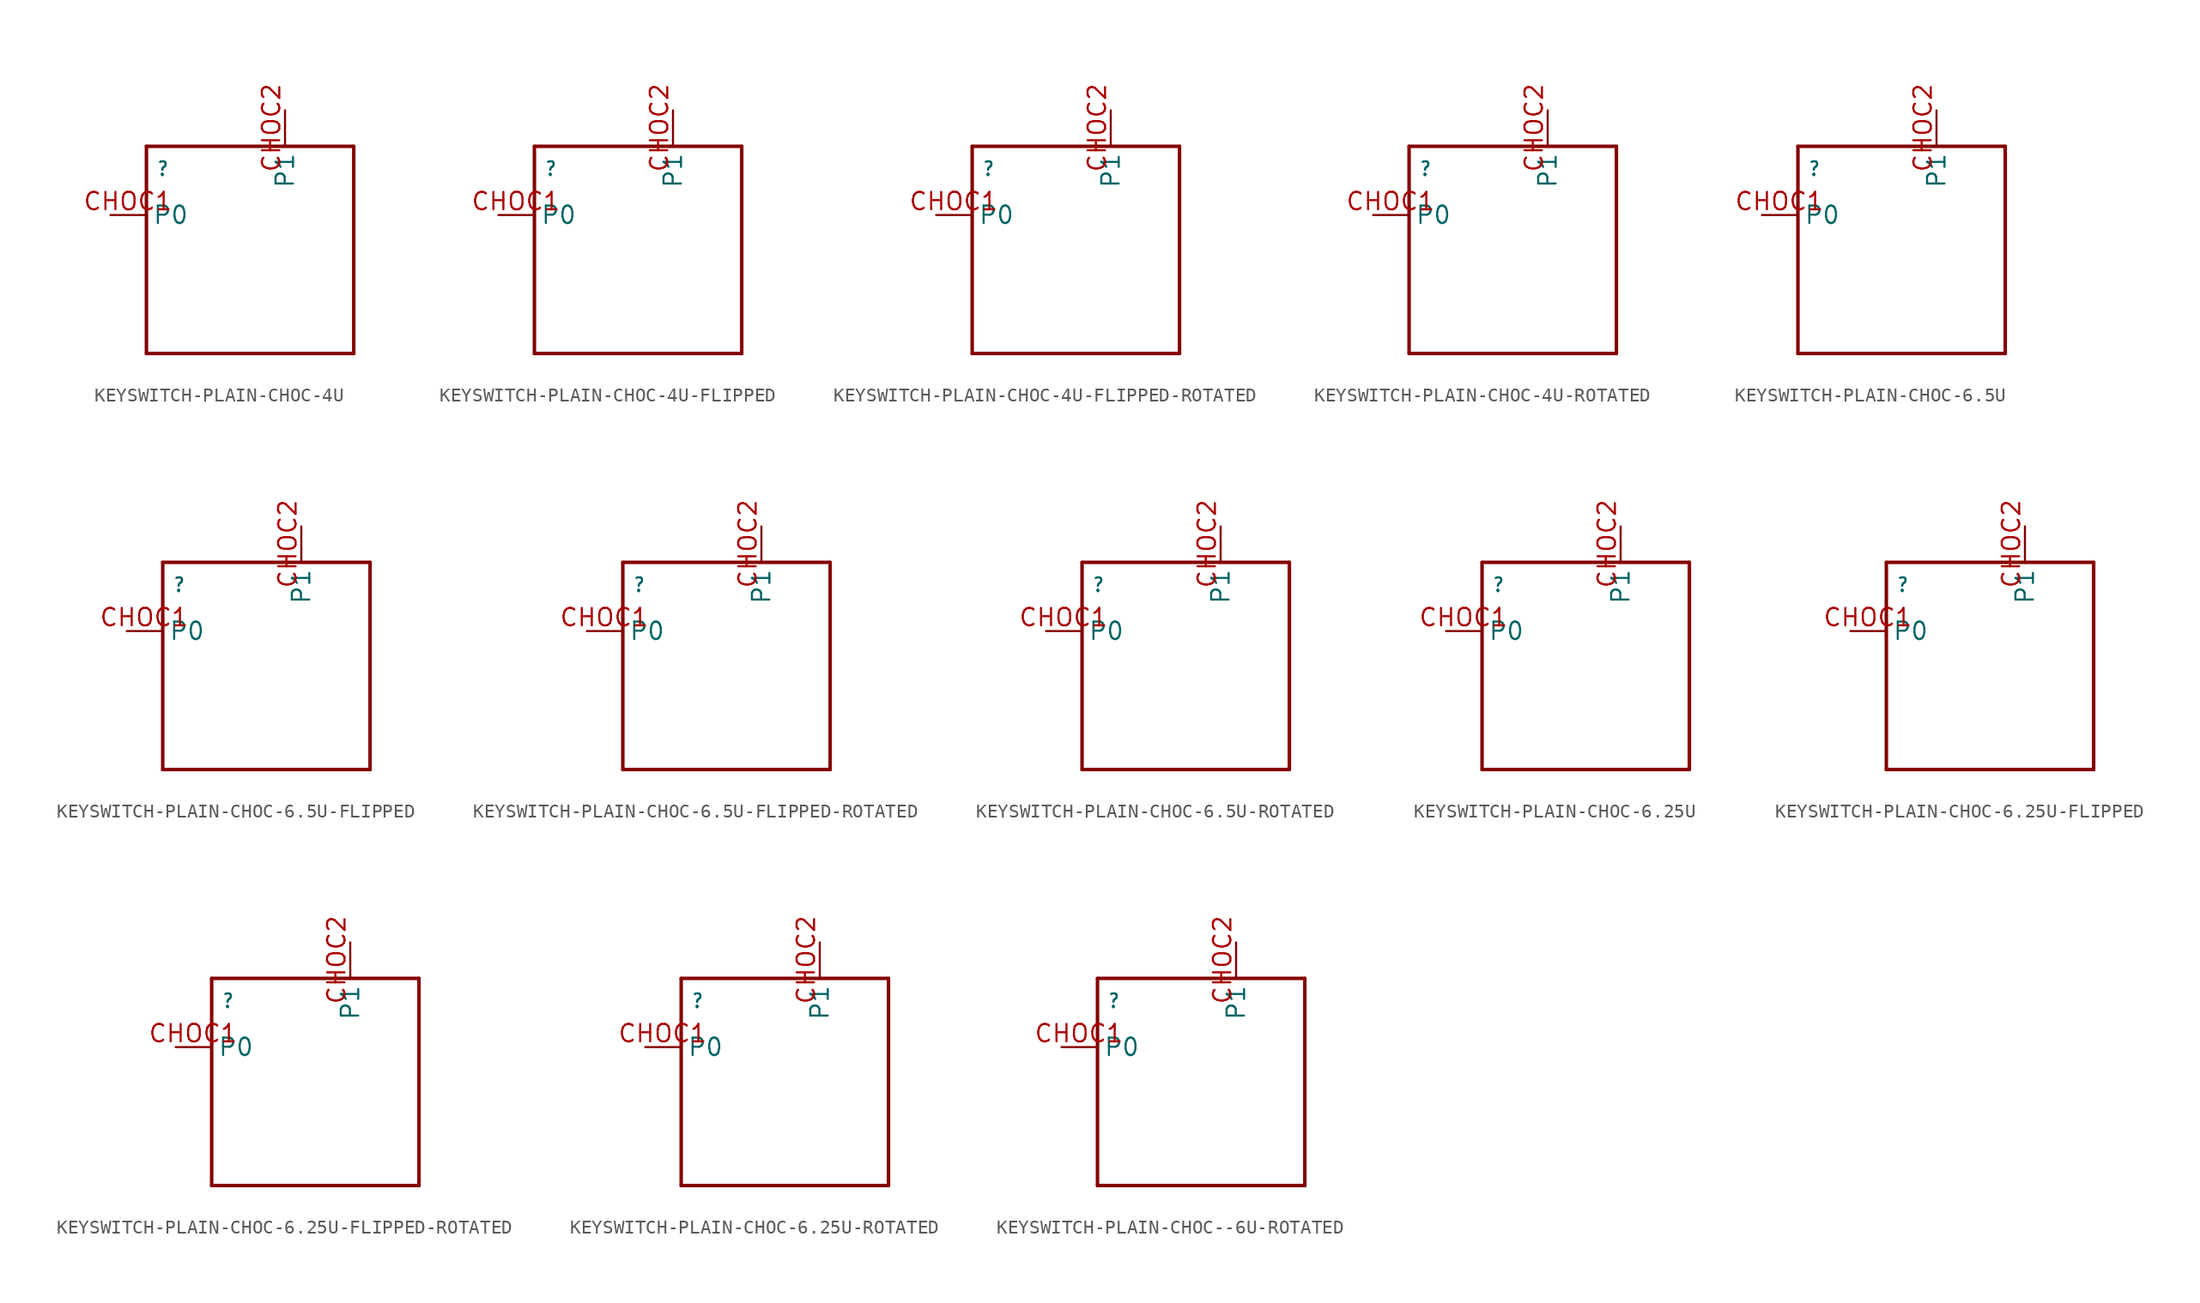
<source format=kicad_sym>
(kicad_symbol_lib
  (version 20211014)
  (generator kicad_symbol_editor)
  (symbol "KEYSWITCH-PLAIN-CHOC-4U"
    (property "Reference" ""
      (at -6.81 5.318 0)
      (effects (font (size 1 0.85)) (justify left bottom)))
    (property "ki_locked" ""
      (at 0 0 0)
      (effects (font (size 1.27 1.27))))
    (symbol "KEYSWITCH-PLAIN-CHOC-4U_1_0"
      (polyline (pts (xy -7.54 -7.54) (xy -7.54 7.54)) (stroke (width 0.254) (type default) (color 0 0 0 0)) (fill (type none)))
      (polyline (pts (xy -7.54 7.54) (xy 7.54 7.54)) (stroke (width 0.254) (type default) (color 0 0 0 0)) (fill (type none)))
      (polyline (pts (xy 7.54 -7.54) (xy -7.54 -7.54)) (stroke (width 0.254) (type default) (color 0 0 0 0)) (fill (type none)))
      (polyline (pts (xy 7.54 7.54) (xy 7.54 -7.54)) (stroke (width 0.254) (type default) (color 0 0 0 0)) (fill (type none)))
      (pin bidirectional line (at -10.16 2.54 0) (length 2.54) (name "P0" (effects (font (size 1.27 1.27)))) (number "CHOC1" (effects (font (size 1.27 1.27)))))
      (pin bidirectional line (at 2.54 10.16 270) (length 2.54) (name "P1" (effects (font (size 1.27 1.27)))) (number "CHOC2" (effects (font (size 1.27 1.27)))))))
  (symbol "KEYSWITCH-PLAIN-CHOC-4U-FLIPPED"
    (property "Reference" ""
      (at -6.81 5.318 0)
      (effects (font (size 1 0.85)) (justify left bottom)))
    (property "ki_locked" ""
      (at 0 0 0)
      (effects (font (size 1.27 1.27))))
    (symbol "KEYSWITCH-PLAIN-CHOC-4U-FLIPPED_1_0"
      (polyline (pts (xy -7.54 -7.54) (xy -7.54 7.54)) (stroke (width 0.254) (type default) (color 0 0 0 0)) (fill (type none)))
      (polyline (pts (xy -7.54 7.54) (xy 7.54 7.54)) (stroke (width 0.254) (type default) (color 0 0 0 0)) (fill (type none)))
      (polyline (pts (xy 7.54 -7.54) (xy -7.54 -7.54)) (stroke (width 0.254) (type default) (color 0 0 0 0)) (fill (type none)))
      (polyline (pts (xy 7.54 7.54) (xy 7.54 -7.54)) (stroke (width 0.254) (type default) (color 0 0 0 0)) (fill (type none)))
      (pin bidirectional line (at -10.16 2.54 0) (length 2.54) (name "P0" (effects (font (size 1.27 1.27)))) (number "CHOC1" (effects (font (size 1.27 1.27)))))
      (pin bidirectional line (at 2.54 10.16 270) (length 2.54) (name "P1" (effects (font (size 1.27 1.27)))) (number "CHOC2" (effects (font (size 1.27 1.27)))))))
  (symbol "KEYSWITCH-PLAIN-CHOC-4U-FLIPPED-ROTATED"
    (property "Reference" ""
      (at -6.81 5.318 0)
      (effects (font (size 1 0.85)) (justify left bottom)))
    (property "ki_locked" ""
      (at 0 0 0)
      (effects (font (size 1.27 1.27))))
    (symbol "KEYSWITCH-PLAIN-CHOC-4U-FLIPPED-ROTATED_1_0"
      (polyline (pts (xy -7.54 -7.54) (xy -7.54 7.54)) (stroke (width 0.254) (type default) (color 0 0 0 0)) (fill (type none)))
      (polyline (pts (xy -7.54 7.54) (xy 7.54 7.54)) (stroke (width 0.254) (type default) (color 0 0 0 0)) (fill (type none)))
      (polyline (pts (xy 7.54 -7.54) (xy -7.54 -7.54)) (stroke (width 0.254) (type default) (color 0 0 0 0)) (fill (type none)))
      (polyline (pts (xy 7.54 7.54) (xy 7.54 -7.54)) (stroke (width 0.254) (type default) (color 0 0 0 0)) (fill (type none)))
      (pin bidirectional line (at -10.16 2.54 0) (length 2.54) (name "P0" (effects (font (size 1.27 1.27)))) (number "CHOC1" (effects (font (size 1.27 1.27)))))
      (pin bidirectional line (at 2.54 10.16 270) (length 2.54) (name "P1" (effects (font (size 1.27 1.27)))) (number "CHOC2" (effects (font (size 1.27 1.27)))))))
  (symbol "KEYSWITCH-PLAIN-CHOC-4U-ROTATED"
    (property "Reference" ""
      (at -6.81 5.318 0)
      (effects (font (size 1 0.85)) (justify left bottom)))
    (property "ki_locked" ""
      (at 0 0 0)
      (effects (font (size 1.27 1.27))))
    (symbol "KEYSWITCH-PLAIN-CHOC-4U-ROTATED_1_0"
      (polyline (pts (xy -7.54 -7.54) (xy -7.54 7.54)) (stroke (width 0.254) (type default) (color 0 0 0 0)) (fill (type none)))
      (polyline (pts (xy -7.54 7.54) (xy 7.54 7.54)) (stroke (width 0.254) (type default) (color 0 0 0 0)) (fill (type none)))
      (polyline (pts (xy 7.54 -7.54) (xy -7.54 -7.54)) (stroke (width 0.254) (type default) (color 0 0 0 0)) (fill (type none)))
      (polyline (pts (xy 7.54 7.54) (xy 7.54 -7.54)) (stroke (width 0.254) (type default) (color 0 0 0 0)) (fill (type none)))
      (pin bidirectional line (at -10.16 2.54 0) (length 2.54) (name "P0" (effects (font (size 1.27 1.27)))) (number "CHOC1" (effects (font (size 1.27 1.27)))))
      (pin bidirectional line (at 2.54 10.16 270) (length 2.54) (name "P1" (effects (font (size 1.27 1.27)))) (number "CHOC2" (effects (font (size 1.27 1.27)))))))
  (symbol "KEYSWITCH-PLAIN-CHOC-6.5U"
    (property "Reference" ""
      (at -6.81 5.318 0)
      (effects (font (size 1 0.85)) (justify left bottom)))
    (property "ki_locked" ""
      (at 0 0 0)
      (effects (font (size 1.27 1.27))))
    (symbol "KEYSWITCH-PLAIN-CHOC-6.5U_1_0"
      (polyline (pts (xy -7.54 -7.54) (xy -7.54 7.54)) (stroke (width 0.254) (type default) (color 0 0 0 0)) (fill (type none)))
      (polyline (pts (xy -7.54 7.54) (xy 7.54 7.54)) (stroke (width 0.254) (type default) (color 0 0 0 0)) (fill (type none)))
      (polyline (pts (xy 7.54 -7.54) (xy -7.54 -7.54)) (stroke (width 0.254) (type default) (color 0 0 0 0)) (fill (type none)))
      (polyline (pts (xy 7.54 7.54) (xy 7.54 -7.54)) (stroke (width 0.254) (type default) (color 0 0 0 0)) (fill (type none)))
      (pin bidirectional line (at -10.16 2.54 0) (length 2.54) (name "P0" (effects (font (size 1.27 1.27)))) (number "CHOC1" (effects (font (size 1.27 1.27)))))
      (pin bidirectional line (at 2.54 10.16 270) (length 2.54) (name "P1" (effects (font (size 1.27 1.27)))) (number "CHOC2" (effects (font (size 1.27 1.27)))))))
  (symbol "KEYSWITCH-PLAIN-CHOC-6.5U-FLIPPED"
    (property "Reference" ""
      (at -6.81 5.318 0)
      (effects (font (size 1 0.85)) (justify left bottom)))
    (property "ki_locked" ""
      (at 0 0 0)
      (effects (font (size 1.27 1.27))))
    (symbol "KEYSWITCH-PLAIN-CHOC-6.5U-FLIPPED_1_0"
      (polyline (pts (xy -7.54 -7.54) (xy -7.54 7.54)) (stroke (width 0.254) (type default) (color 0 0 0 0)) (fill (type none)))
      (polyline (pts (xy -7.54 7.54) (xy 7.54 7.54)) (stroke (width 0.254) (type default) (color 0 0 0 0)) (fill (type none)))
      (polyline (pts (xy 7.54 -7.54) (xy -7.54 -7.54)) (stroke (width 0.254) (type default) (color 0 0 0 0)) (fill (type none)))
      (polyline (pts (xy 7.54 7.54) (xy 7.54 -7.54)) (stroke (width 0.254) (type default) (color 0 0 0 0)) (fill (type none)))
      (pin bidirectional line (at -10.16 2.54 0) (length 2.54) (name "P0" (effects (font (size 1.27 1.27)))) (number "CHOC1" (effects (font (size 1.27 1.27)))))
      (pin bidirectional line (at 2.54 10.16 270) (length 2.54) (name "P1" (effects (font (size 1.27 1.27)))) (number "CHOC2" (effects (font (size 1.27 1.27)))))))
  (symbol "KEYSWITCH-PLAIN-CHOC-6.5U-FLIPPED-ROTATED"
    (property "Reference" ""
      (at -6.81 5.318 0)
      (effects (font (size 1 0.85)) (justify left bottom)))
    (property "ki_locked" ""
      (at 0 0 0)
      (effects (font (size 1.27 1.27))))
    (symbol "KEYSWITCH-PLAIN-CHOC-6.5U-FLIPPED-ROTATED_1_0"
      (polyline (pts (xy -7.54 -7.54) (xy -7.54 7.54)) (stroke (width 0.254) (type default) (color 0 0 0 0)) (fill (type none)))
      (polyline (pts (xy -7.54 7.54) (xy 7.54 7.54)) (stroke (width 0.254) (type default) (color 0 0 0 0)) (fill (type none)))
      (polyline (pts (xy 7.54 -7.54) (xy -7.54 -7.54)) (stroke (width 0.254) (type default) (color 0 0 0 0)) (fill (type none)))
      (polyline (pts (xy 7.54 7.54) (xy 7.54 -7.54)) (stroke (width 0.254) (type default) (color 0 0 0 0)) (fill (type none)))
      (pin bidirectional line (at -10.16 2.54 0) (length 2.54) (name "P0" (effects (font (size 1.27 1.27)))) (number "CHOC1" (effects (font (size 1.27 1.27)))))
      (pin bidirectional line (at 2.54 10.16 270) (length 2.54) (name "P1" (effects (font (size 1.27 1.27)))) (number "CHOC2" (effects (font (size 1.27 1.27)))))))
  (symbol "KEYSWITCH-PLAIN-CHOC-6.5U-ROTATED"
    (property "Reference" ""
      (at -6.81 5.318 0)
      (effects (font (size 1 0.85)) (justify left bottom)))
    (property "ki_locked" ""
      (at 0 0 0)
      (effects (font (size 1.27 1.27))))
    (symbol "KEYSWITCH-PLAIN-CHOC-6.5U-ROTATED_1_0"
      (polyline (pts (xy -7.54 -7.54) (xy -7.54 7.54)) (stroke (width 0.254) (type default) (color 0 0 0 0)) (fill (type none)))
      (polyline (pts (xy -7.54 7.54) (xy 7.54 7.54)) (stroke (width 0.254) (type default) (color 0 0 0 0)) (fill (type none)))
      (polyline (pts (xy 7.54 -7.54) (xy -7.54 -7.54)) (stroke (width 0.254) (type default) (color 0 0 0 0)) (fill (type none)))
      (polyline (pts (xy 7.54 7.54) (xy 7.54 -7.54)) (stroke (width 0.254) (type default) (color 0 0 0 0)) (fill (type none)))
      (pin bidirectional line (at -10.16 2.54 0) (length 2.54) (name "P0" (effects (font (size 1.27 1.27)))) (number "CHOC1" (effects (font (size 1.27 1.27)))))
      (pin bidirectional line (at 2.54 10.16 270) (length 2.54) (name "P1" (effects (font (size 1.27 1.27)))) (number "CHOC2" (effects (font (size 1.27 1.27)))))))
  (symbol "KEYSWITCH-PLAIN-CHOC-6.25U"
    (property "Reference" ""
      (at -6.81 5.318 0)
      (effects (font (size 1 0.85)) (justify left bottom)))
    (property "ki_locked" ""
      (at 0 0 0)
      (effects (font (size 1.27 1.27))))
    (symbol "KEYSWITCH-PLAIN-CHOC-6.25U_1_0"
      (polyline (pts (xy -7.54 -7.54) (xy -7.54 7.54)) (stroke (width 0.254) (type default) (color 0 0 0 0)) (fill (type none)))
      (polyline (pts (xy -7.54 7.54) (xy 7.54 7.54)) (stroke (width 0.254) (type default) (color 0 0 0 0)) (fill (type none)))
      (polyline (pts (xy 7.54 -7.54) (xy -7.54 -7.54)) (stroke (width 0.254) (type default) (color 0 0 0 0)) (fill (type none)))
      (polyline (pts (xy 7.54 7.54) (xy 7.54 -7.54)) (stroke (width 0.254) (type default) (color 0 0 0 0)) (fill (type none)))
      (pin bidirectional line (at -10.16 2.54 0) (length 2.54) (name "P0" (effects (font (size 1.27 1.27)))) (number "CHOC1" (effects (font (size 1.27 1.27)))))
      (pin bidirectional line (at 2.54 10.16 270) (length 2.54) (name "P1" (effects (font (size 1.27 1.27)))) (number "CHOC2" (effects (font (size 1.27 1.27)))))))
  (symbol "KEYSWITCH-PLAIN-CHOC-6.25U-FLIPPED"
    (property "Reference" ""
      (at -6.81 5.318 0)
      (effects (font (size 1 0.85)) (justify left bottom)))
    (property "ki_locked" ""
      (at 0 0 0)
      (effects (font (size 1.27 1.27))))
    (symbol "KEYSWITCH-PLAIN-CHOC-6.25U-FLIPPED_1_0"
      (polyline (pts (xy -7.54 -7.54) (xy -7.54 7.54)) (stroke (width 0.254) (type default) (color 0 0 0 0)) (fill (type none)))
      (polyline (pts (xy -7.54 7.54) (xy 7.54 7.54)) (stroke (width 0.254) (type default) (color 0 0 0 0)) (fill (type none)))
      (polyline (pts (xy 7.54 -7.54) (xy -7.54 -7.54)) (stroke (width 0.254) (type default) (color 0 0 0 0)) (fill (type none)))
      (polyline (pts (xy 7.54 7.54) (xy 7.54 -7.54)) (stroke (width 0.254) (type default) (color 0 0 0 0)) (fill (type none)))
      (pin bidirectional line (at -10.16 2.54 0) (length 2.54) (name "P0" (effects (font (size 1.27 1.27)))) (number "CHOC1" (effects (font (size 1.27 1.27)))))
      (pin bidirectional line (at 2.54 10.16 270) (length 2.54) (name "P1" (effects (font (size 1.27 1.27)))) (number "CHOC2" (effects (font (size 1.27 1.27)))))))
  (symbol "KEYSWITCH-PLAIN-CHOC-6.25U-FLIPPED-ROTATED"
    (property "Reference" ""
      (at -6.81 5.318 0)
      (effects (font (size 1 0.85)) (justify left bottom)))
    (property "ki_locked" ""
      (at 0 0 0)
      (effects (font (size 1.27 1.27))))
    (symbol "KEYSWITCH-PLAIN-CHOC-6.25U-FLIPPED-ROTATED_1_0"
      (polyline (pts (xy -7.54 -7.54) (xy -7.54 7.54)) (stroke (width 0.254) (type default) (color 0 0 0 0)) (fill (type none)))
      (polyline (pts (xy -7.54 7.54) (xy 7.54 7.54)) (stroke (width 0.254) (type default) (color 0 0 0 0)) (fill (type none)))
      (polyline (pts (xy 7.54 -7.54) (xy -7.54 -7.54)) (stroke (width 0.254) (type default) (color 0 0 0 0)) (fill (type none)))
      (polyline (pts (xy 7.54 7.54) (xy 7.54 -7.54)) (stroke (width 0.254) (type default) (color 0 0 0 0)) (fill (type none)))
      (pin bidirectional line (at -10.16 2.54 0) (length 2.54) (name "P0" (effects (font (size 1.27 1.27)))) (number "CHOC1" (effects (font (size 1.27 1.27)))))
      (pin bidirectional line (at 2.54 10.16 270) (length 2.54) (name "P1" (effects (font (size 1.27 1.27)))) (number "CHOC2" (effects (font (size 1.27 1.27)))))))
  (symbol "KEYSWITCH-PLAIN-CHOC-6.25U-ROTATED"
    (property "Reference" ""
      (at -6.81 5.318 0)
      (effects (font (size 1 0.85)) (justify left bottom)))
    (property "ki_locked" ""
      (at 0 0 0)
      (effects (font (size 1.27 1.27))))
    (symbol "KEYSWITCH-PLAIN-CHOC-6.25U-ROTATED_1_0"
      (polyline (pts (xy -7.54 -7.54) (xy -7.54 7.54)) (stroke (width 0.254) (type default) (color 0 0 0 0)) (fill (type none)))
      (polyline (pts (xy -7.54 7.54) (xy 7.54 7.54)) (stroke (width 0.254) (type default) (color 0 0 0 0)) (fill (type none)))
      (polyline (pts (xy 7.54 -7.54) (xy -7.54 -7.54)) (stroke (width 0.254) (type default) (color 0 0 0 0)) (fill (type none)))
      (polyline (pts (xy 7.54 7.54) (xy 7.54 -7.54)) (stroke (width 0.254) (type default) (color 0 0 0 0)) (fill (type none)))
      (pin bidirectional line (at -10.16 2.54 0) (length 2.54) (name "P0" (effects (font (size 1.27 1.27)))) (number "CHOC1" (effects (font (size 1.27 1.27)))))
      (pin bidirectional line (at 2.54 10.16 270) (length 2.54) (name "P1" (effects (font (size 1.27 1.27)))) (number "CHOC2" (effects (font (size 1.27 1.27)))))))
  (symbol "KEYSWITCH-PLAIN-CHOC--6U-ROTATED"
    (property "Reference" ""
      (at -6.81 5.318 0)
      (effects (font (size 1 0.85)) (justify left bottom)))
    (property "ki_locked" ""
      (at 0 0 0)
      (effects (font (size 1.27 1.27))))
    (symbol "KEYSWITCH-PLAIN-CHOC--6U-ROTATED_1_0"
      (polyline (pts (xy -7.54 -7.54) (xy -7.54 7.54)) (stroke (width 0.254) (type default) (color 0 0 0 0)) (fill (type none)))
      (polyline (pts (xy -7.54 7.54) (xy 7.54 7.54)) (stroke (width 0.254) (type default) (color 0 0 0 0)) (fill (type none)))
      (polyline (pts (xy 7.54 -7.54) (xy -7.54 -7.54)) (stroke (width 0.254) (type default) (color 0 0 0 0)) (fill (type none)))
      (polyline (pts (xy 7.54 7.54) (xy 7.54 -7.54)) (stroke (width 0.254) (type default) (color 0 0 0 0)) (fill (type none)))
      (pin bidirectional line (at -10.16 2.54 0) (length 2.54) (name "P0" (effects (font (size 1.27 1.27)))) (number "CHOC1" (effects (font (size 1.27 1.27)))))
      (pin bidirectional line (at 2.54 10.16 270) (length 2.54) (name "P1" (effects (font (size 1.27 1.27)))) (number "CHOC2" (effects (font (size 1.27 1.27))))))))
</source>
